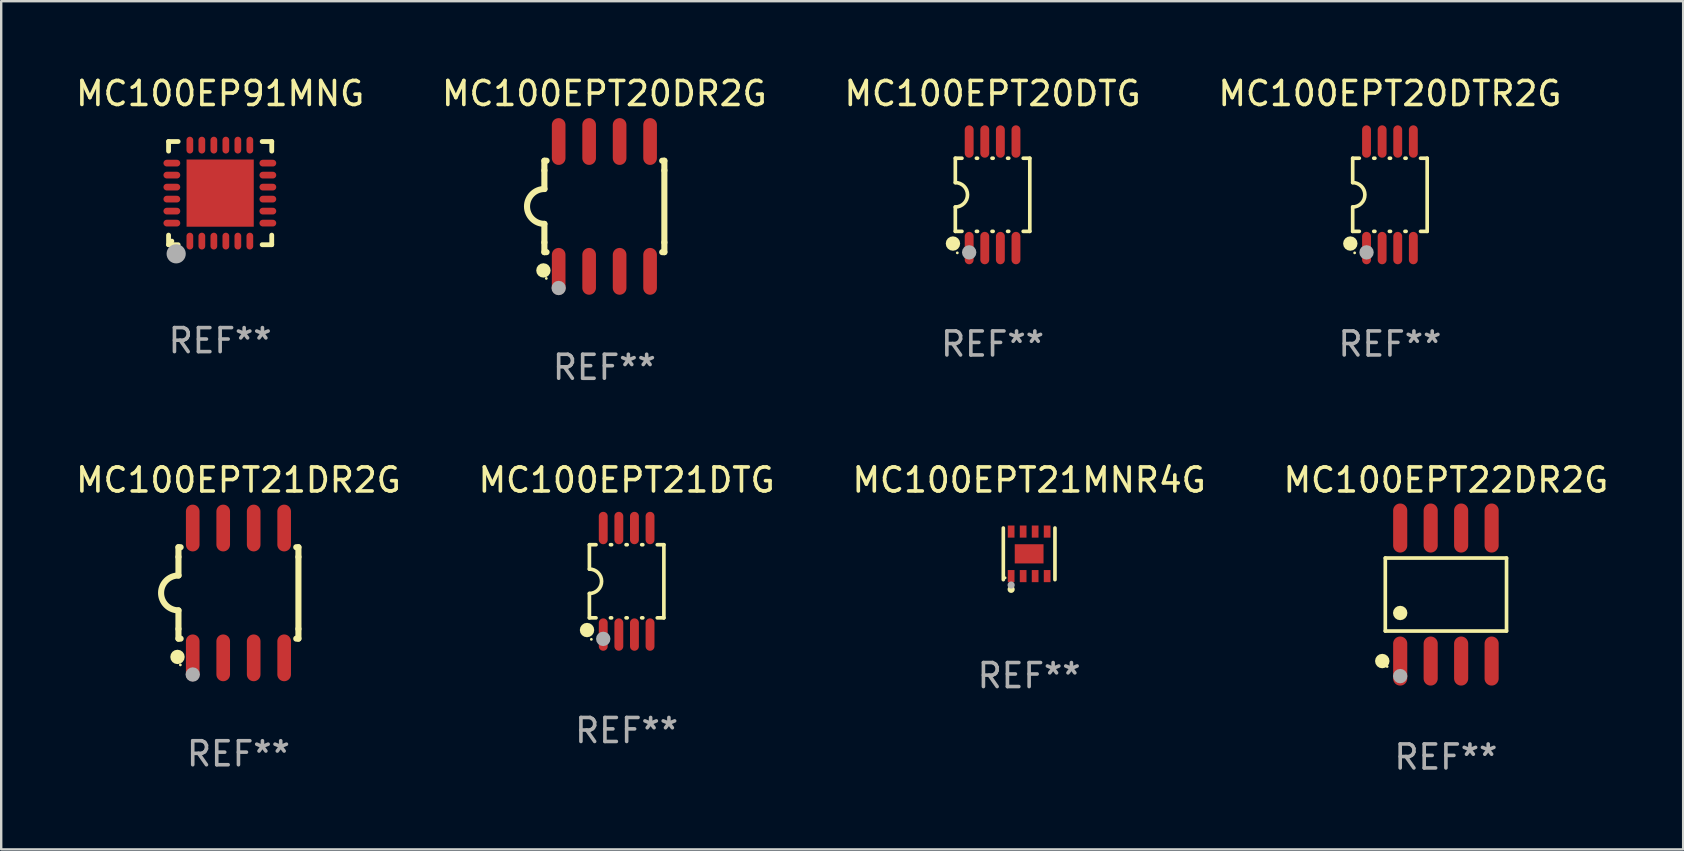
<source format=kicad_pcb>
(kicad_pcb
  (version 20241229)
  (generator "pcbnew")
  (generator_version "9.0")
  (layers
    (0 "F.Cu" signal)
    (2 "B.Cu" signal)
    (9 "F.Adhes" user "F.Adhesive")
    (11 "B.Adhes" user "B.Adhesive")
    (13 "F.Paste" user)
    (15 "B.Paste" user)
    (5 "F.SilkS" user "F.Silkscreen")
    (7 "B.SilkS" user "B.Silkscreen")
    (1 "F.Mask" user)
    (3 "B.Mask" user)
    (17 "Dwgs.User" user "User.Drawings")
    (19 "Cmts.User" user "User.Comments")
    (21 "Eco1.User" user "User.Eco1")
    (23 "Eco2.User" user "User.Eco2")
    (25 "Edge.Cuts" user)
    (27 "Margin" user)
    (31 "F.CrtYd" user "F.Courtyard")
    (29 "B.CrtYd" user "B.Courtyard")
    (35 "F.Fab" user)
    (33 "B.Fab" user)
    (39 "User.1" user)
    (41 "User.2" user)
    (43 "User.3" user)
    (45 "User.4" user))
  (footprint "MC100EPT20DTR2G"
    (layer "F.Cu")
    (at 54.875 5.068)
    (property "Reference" "MC100EPT20DTR2G" (at 0 -4.22 0) (layer "F.SilkS") (effects (font (size 1 1) (thickness 0.15))))
    (attr through_hole)
    (fp_line (start -1.552 -1.524) (end -1.276 -1.524) (stroke (width 0.152) (type solid)) (layer "F.SilkS"))
    (fp_line (start -1.552 -0.508) (end -1.552 -1.524) (stroke (width 0.152) (type solid)) (layer "F.SilkS"))
    (fp_line (start -1.552 1.524) (end -1.552 0.508) (stroke (width 0.152) (type solid)) (layer "F.SilkS"))
    (fp_line (start -1.552 1.524) (end -1.276 1.524) (stroke (width 0.152) (type solid)) (layer "F.SilkS"))
    (fp_line (start -0.674 -1.524) (end -0.626 -1.524) (stroke (width 0.152) (type solid)) (layer "F.SilkS"))
    (fp_line (start -0.674 1.524) (end -0.626 1.524) (stroke (width 0.152) (type solid)) (layer "F.SilkS"))
    (fp_line (start -0.024 -1.524) (end 0.024 -1.524) (stroke (width 0.152) (type solid)) (layer "F.SilkS"))
    (fp_line (start -0.024 1.524) (end 0.024 1.524) (stroke (width 0.152) (type solid)) (layer "F.SilkS"))
    (fp_line (start 0.626 -1.524) (end 0.674 -1.524) (stroke (width 0.152) (type solid)) (layer "F.SilkS"))
    (fp_line (start 0.626 1.524) (end 0.674 1.524) (stroke (width 0.152) (type solid)) (layer "F.SilkS"))
    (fp_line (start 1.276 1.524) (end 1.552 1.524) (stroke (width 0.152) (type solid)) (layer "F.SilkS"))
    (fp_line (start 1.276 -1.524) (end 1.552 -1.524) (stroke (width 0.152) (type solid)) (layer "F.SilkS"))
    (fp_line (start 1.552 -1.524) (end 1.552 1.524) (stroke (width 0.152) (type solid)) (layer "F.SilkS"))
    (fp_arc (start -1.551943 -0.508001) (mid -1.043942 0) (end -1.551943 0.508001) (stroke (width 0.151994) (type solid)) (layer "F.SilkS"))
    (fp_circle (center -1.651 2.032) (end -1.501 2.032) (stroke (width 0.3) (type solid)) (fill no) (layer "F.SilkS"))
    (fp_circle (center -1.47 2.42) (end -1.44 2.42) (stroke (width 0.06) (type solid)) (fill no) (layer "F.SilkS"))
    (fp_circle (center -0.975 2.4) (end -0.825 2.4) (stroke (width 0.3) (type solid)) (fill no) (layer "F.Fab"))
    (fp_text user "REF**" (at 0 6.22 0) (layer "F.Fab") (effects (font (size 1 1) (thickness 0.15))))
    (pad "1" smd oval (at -0.975 2.22) (size 0.37 1.35) (layers "F.Cu" "F.Mask" "F.Paste"))
    (pad "2" smd oval (at -0.325 2.22) (size 0.37 1.35) (layers "F.Cu" "F.Mask" "F.Paste"))
    (pad "3" smd oval (at 0.325 2.22) (size 0.37 1.35) (layers "F.Cu" "F.Mask" "F.Paste"))
    (pad "4" smd oval (at 0.975 2.22) (size 0.37 1.35) (layers "F.Cu" "F.Mask" "F.Paste"))
    (pad "5" smd oval (at 0.975 -2.22) (size 0.37 1.35) (layers "F.Cu" "F.Mask" "F.Paste"))
    (pad "6" smd oval (at 0.325 -2.22) (size 0.37 1.35) (layers "F.Cu" "F.Mask" "F.Paste"))
    (pad "7" smd oval (at -0.325 -2.22) (size 0.37 1.35) (layers "F.Cu" "F.Mask" "F.Paste"))
    (pad "8" smd oval (at -0.975 -2.22) (size 0.37 1.35) (layers "F.Cu" "F.Mask" "F.Paste")))
  (footprint "MC100EPT20DTG"
    (layer "F.Cu")
    (at 38.315 5.068)
    (property "Reference" "MC100EPT20DTG" (at 0 -4.22 0) (layer "F.SilkS") (effects (font (size 1 1) (thickness 0.15))))
    (attr through_hole)
    (fp_line (start -1.552 -1.524) (end -1.276 -1.524) (stroke (width 0.152) (type solid)) (layer "F.SilkS"))
    (fp_line (start -1.552 -0.508) (end -1.552 -1.524) (stroke (width 0.152) (type solid)) (layer "F.SilkS"))
    (fp_line (start -1.552 1.524) (end -1.552 0.508) (stroke (width 0.152) (type solid)) (layer "F.SilkS"))
    (fp_line (start -1.552 1.524) (end -1.276 1.524) (stroke (width 0.152) (type solid)) (layer "F.SilkS"))
    (fp_line (start -0.674 -1.524) (end -0.626 -1.524) (stroke (width 0.152) (type solid)) (layer "F.SilkS"))
    (fp_line (start -0.674 1.524) (end -0.626 1.524) (stroke (width 0.152) (type solid)) (layer "F.SilkS"))
    (fp_line (start -0.024 -1.524) (end 0.024 -1.524) (stroke (width 0.152) (type solid)) (layer "F.SilkS"))
    (fp_line (start -0.024 1.524) (end 0.024 1.524) (stroke (width 0.152) (type solid)) (layer "F.SilkS"))
    (fp_line (start 0.626 -1.524) (end 0.674 -1.524) (stroke (width 0.152) (type solid)) (layer "F.SilkS"))
    (fp_line (start 0.626 1.524) (end 0.674 1.524) (stroke (width 0.152) (type solid)) (layer "F.SilkS"))
    (fp_line (start 1.276 1.524) (end 1.552 1.524) (stroke (width 0.152) (type solid)) (layer "F.SilkS"))
    (fp_line (start 1.276 -1.524) (end 1.552 -1.524) (stroke (width 0.152) (type solid)) (layer "F.SilkS"))
    (fp_line (start 1.552 -1.524) (end 1.552 1.524) (stroke (width 0.152) (type solid)) (layer "F.SilkS"))
    (fp_arc (start -1.551943 -0.508001) (mid -1.043942 0) (end -1.551943 0.508001) (stroke (width 0.151994) (type solid)) (layer "F.SilkS"))
    (fp_circle (center -1.651 2.032) (end -1.501 2.032) (stroke (width 0.3) (type solid)) (fill no) (layer "F.SilkS"))
    (fp_circle (center -1.47 2.42) (end -1.44 2.42) (stroke (width 0.06) (type solid)) (fill no) (layer "F.SilkS"))
    (fp_circle (center -0.975 2.4) (end -0.825 2.4) (stroke (width 0.3) (type solid)) (fill no) (layer "F.Fab"))
    (fp_text user "REF**" (at 0 6.22 0) (layer "F.Fab") (effects (font (size 1 1) (thickness 0.15))))
    (pad "1" smd oval (at -0.975 2.22) (size 0.37 1.35) (layers "F.Cu" "F.Mask" "F.Paste"))
    (pad "2" smd oval (at -0.325 2.22) (size 0.37 1.35) (layers "F.Cu" "F.Mask" "F.Paste"))
    (pad "3" smd oval (at 0.325 2.22) (size 0.37 1.35) (layers "F.Cu" "F.Mask" "F.Paste"))
    (pad "4" smd oval (at 0.975 2.22) (size 0.37 1.35) (layers "F.Cu" "F.Mask" "F.Paste"))
    (pad "5" smd oval (at 0.975 -2.22) (size 0.37 1.35) (layers "F.Cu" "F.Mask" "F.Paste"))
    (pad "6" smd oval (at 0.325 -2.22) (size 0.37 1.35) (layers "F.Cu" "F.Mask" "F.Paste"))
    (pad "7" smd oval (at -0.325 -2.22) (size 0.37 1.35) (layers "F.Cu" "F.Mask" "F.Paste"))
    (pad "8" smd oval (at -0.975 -2.22) (size 0.37 1.35) (layers "F.Cu" "F.Mask" "F.Paste")))
  (footprint "MC100EPT20DR2G"
    (layer "F.Cu")
    (at 22.137 5.553)
    (property "Reference" "MC100EPT20DR2G" (at 0 -4.705 0) (layer "F.SilkS") (effects (font (size 1 1) (thickness 0.15))))
    (attr through_hole)
    (fp_line (start -2.5 -1.905) (end -2.409 -1.905) (stroke (width 0.254) (type solid)) (layer "F.SilkS"))
    (fp_line (start -2.5 -1.5) (end -2.5 -1.905) (stroke (width 0.254) (type solid)) (layer "F.SilkS"))
    (fp_line (start -2.5 -1.5) (end -2.5 -0.726) (stroke (width 0.254) (type solid)) (layer "F.SilkS"))
    (fp_line (start -2.5 1.5) (end -2.5 0.727) (stroke (width 0.254) (type solid)) (layer "F.SilkS"))
    (fp_line (start -2.5 1.5) (end -2.5 1.905) (stroke (width 0.254) (type solid)) (layer "F.SilkS"))
    (fp_line (start -2.5 1.905) (end -2.409 1.905) (stroke (width 0.254) (type solid)) (layer "F.SilkS"))
    (fp_line (start 2.5 -1.905) (end 2.409 -1.905) (stroke (width 0.254) (type solid)) (layer "F.SilkS"))
    (fp_line (start 2.5 -1.5) (end 2.5 -1.905) (stroke (width 0.254) (type solid)) (layer "F.SilkS"))
    (fp_line (start 2.5 -1.5) (end 2.5 1.5) (stroke (width 0.254) (type solid)) (layer "F.SilkS"))
    (fp_line (start 2.5 1.5) (end 2.5 1.905) (stroke (width 0.254) (type solid)) (layer "F.SilkS"))
    (fp_line (start 2.5 1.905) (end 2.409 1.905) (stroke (width 0.254) (type solid)) (layer "F.SilkS"))
    (fp_arc (start -2.5 0.726568) (mid -3.220316 -0.0023) (end -2.495097 -0.726289) (stroke (width 0.254001) (type solid)) (layer "F.SilkS"))
    (fp_circle (center -2.54 2.667) (end -2.39 2.667) (stroke (width 0.3) (type solid)) (fill no) (layer "F.SilkS"))
    (fp_circle (center -2.42 3) (end -2.39 3) (stroke (width 0.06) (type solid)) (fill no) (layer "F.SilkS"))
    (fp_circle (center -1.905 3.4) (end -1.755 3.4) (stroke (width 0.3) (type solid)) (fill no) (layer "F.Fab"))
    (fp_text user "REF**" (at 0 6.705 0) (layer "F.Fab") (effects (font (size 1 1) (thickness 0.15))))
    (pad "1" smd oval (at -1.905 2.705) (size 0.568 1.95) (layers "F.Cu" "F.Mask" "F.Paste"))
    (pad "2" smd oval (at -0.635 2.705) (size 0.568 1.95) (layers "F.Cu" "F.Mask" "F.Paste"))
    (pad "3" smd oval (at 0.635 2.705) (size 0.568 1.95) (layers "F.Cu" "F.Mask" "F.Paste"))
    (pad "4" smd oval (at 1.905 2.705) (size 0.568 1.95) (layers "F.Cu" "F.Mask" "F.Paste"))
    (pad "5" smd oval (at 1.905 -2.705) (size 0.568 1.95) (layers "F.Cu" "F.Mask" "F.Paste"))
    (pad "6" smd oval (at 0.635 -2.705) (size 0.568 1.95) (layers "F.Cu" "F.Mask" "F.Paste"))
    (pad "7" smd oval (at -0.635 -2.705) (size 0.568 1.95) (layers "F.Cu" "F.Mask" "F.Paste"))
    (pad "8" smd oval (at -1.905 -2.705) (size 0.568 1.95) (layers "F.Cu" "F.Mask" "F.Paste")))
  (footprint "MC100EPT21MNR4G"
    (layer "F.Cu")
    (at 39.839 20.031)
    (property "Reference" "MC100EPT21MNR4G" (at 0 -3.076 0) (layer "F.SilkS") (effects (font (size 1 1) (thickness 0.15))))
    (attr through_hole)
    (fp_line (start -1.076 1.076) (end -1.076 -1.076) (stroke (width 0.152) (type solid)) (layer "F.SilkS"))
    (fp_line (start 1.076 1.076) (end 1.076 -1.076) (stroke (width 0.152) (type solid)) (layer "F.SilkS"))
    (fp_circle (center -1 1) (end -0.97 1) (stroke (width 0.06) (type solid)) (fill no) (layer "F.SilkS"))
    (fp_circle (center -0.75 1.48) (end -0.675 1.48) (stroke (width 0.15) (type solid)) (fill no) (layer "F.SilkS"))
    (fp_circle (center -0.75 1.3) (end -0.675 1.3) (stroke (width 0.15) (type solid)) (fill no) (layer "F.Fab"))
    (fp_text user "REF**" (at 0 5.076 0) (layer "F.Fab") (effects (font (size 1 1) (thickness 0.15))))
    (pad "1" smd rect (at -0.75 0.928) (size 0.28 0.505) (layers "F.Cu" "F.Mask" "F.Paste"))
    (pad "2" smd rect (at -0.25 0.928) (size 0.28 0.505) (layers "F.Cu" "F.Mask" "F.Paste"))
    (pad "3" smd rect (at 0.25 0.928) (size 0.28 0.505) (layers "F.Cu" "F.Mask" "F.Paste"))
    (pad "4" smd rect (at 0.75 0.928) (size 0.28 0.505) (layers "F.Cu" "F.Mask" "F.Paste"))
    (pad "5" smd rect (at 0.75 -0.928) (size 0.28 0.505) (layers "F.Cu" "F.Mask" "F.Paste"))
    (pad "6" smd rect (at 0.25 -0.928) (size 0.28 0.505) (layers "F.Cu" "F.Mask" "F.Paste"))
    (pad "7" smd rect (at -0.25 -0.928) (size 0.28 0.505) (layers "F.Cu" "F.Mask" "F.Paste"))
    (pad "8" smd rect (at -0.75 -0.928) (size 0.28 0.505) (layers "F.Cu" "F.Mask" "F.Paste"))
    (pad "9" smd rect (at 0 0) (size 1.2 0.8) (layers "F.Cu" "F.Mask" "F.Paste")))
  (footprint "MC100EPT21DR2G"
    (layer "F.Cu")
    (at 6.887 21.66)
    (property "Reference" "MC100EPT21DR2G" (at 0 -4.705 0) (layer "F.SilkS") (effects (font (size 1 1) (thickness 0.15))))
    (attr through_hole)
    (fp_line (start -2.5 -1.905) (end -2.409 -1.905) (stroke (width 0.254) (type solid)) (layer "F.SilkS"))
    (fp_line (start -2.5 -1.5) (end -2.5 -1.905) (stroke (width 0.254) (type solid)) (layer "F.SilkS"))
    (fp_line (start -2.5 -1.5) (end -2.5 -0.726) (stroke (width 0.254) (type solid)) (layer "F.SilkS"))
    (fp_line (start -2.5 1.5) (end -2.5 0.727) (stroke (width 0.254) (type solid)) (layer "F.SilkS"))
    (fp_line (start -2.5 1.5) (end -2.5 1.905) (stroke (width 0.254) (type solid)) (layer "F.SilkS"))
    (fp_line (start -2.5 1.905) (end -2.409 1.905) (stroke (width 0.254) (type solid)) (layer "F.SilkS"))
    (fp_line (start 2.5 -1.905) (end 2.409 -1.905) (stroke (width 0.254) (type solid)) (layer "F.SilkS"))
    (fp_line (start 2.5 -1.5) (end 2.5 -1.905) (stroke (width 0.254) (type solid)) (layer "F.SilkS"))
    (fp_line (start 2.5 -1.5) (end 2.5 1.5) (stroke (width 0.254) (type solid)) (layer "F.SilkS"))
    (fp_line (start 2.5 1.5) (end 2.5 1.905) (stroke (width 0.254) (type solid)) (layer "F.SilkS"))
    (fp_line (start 2.5 1.905) (end 2.409 1.905) (stroke (width 0.254) (type solid)) (layer "F.SilkS"))
    (fp_arc (start -2.5 0.726568) (mid -3.220316 -0.0023) (end -2.495097 -0.726289) (stroke (width 0.254001) (type solid)) (layer "F.SilkS"))
    (fp_circle (center -2.54 2.667) (end -2.39 2.667) (stroke (width 0.3) (type solid)) (fill no) (layer "F.SilkS"))
    (fp_circle (center -2.42 3) (end -2.39 3) (stroke (width 0.06) (type solid)) (fill no) (layer "F.SilkS"))
    (fp_circle (center -1.905 3.4) (end -1.755 3.4) (stroke (width 0.3) (type solid)) (fill no) (layer "F.Fab"))
    (fp_text user "REF**" (at 0 6.705 0) (layer "F.Fab") (effects (font (size 1 1) (thickness 0.15))))
    (pad "1" smd oval (at -1.905 2.705) (size 0.568 1.95) (layers "F.Cu" "F.Mask" "F.Paste"))
    (pad "2" smd oval (at -0.635 2.705) (size 0.568 1.95) (layers "F.Cu" "F.Mask" "F.Paste"))
    (pad "3" smd oval (at 0.635 2.705) (size 0.568 1.95) (layers "F.Cu" "F.Mask" "F.Paste"))
    (pad "4" smd oval (at 1.905 2.705) (size 0.568 1.95) (layers "F.Cu" "F.Mask" "F.Paste"))
    (pad "5" smd oval (at 1.905 -2.705) (size 0.568 1.95) (layers "F.Cu" "F.Mask" "F.Paste"))
    (pad "6" smd oval (at 0.635 -2.705) (size 0.568 1.95) (layers "F.Cu" "F.Mask" "F.Paste"))
    (pad "7" smd oval (at -0.635 -2.705) (size 0.568 1.95) (layers "F.Cu" "F.Mask" "F.Paste"))
    (pad "8" smd oval (at -1.905 -2.705) (size 0.568 1.95) (layers "F.Cu" "F.Mask" "F.Paste")))
  (footprint "MC100EP91MNG"
    (layer "F.Cu")
    (at 6.125 4.998)
    (property "Reference" "MC100EP91MNG" (at 0 -4.15 0) (layer "F.SilkS") (effects (font (size 1 1) (thickness 0.15))))
    (attr through_hole)
    (fp_line (start -2.15 -2.15) (end -1.75 -2.15) (stroke (width 0.2) (type solid)) (layer "F.SilkS"))
    (fp_line (start -2.15 -1.75) (end -2.15 -2.15) (stroke (width 0.2) (type solid)) (layer "F.SilkS"))
    (fp_line (start -2.15 2.15) (end -2.15 1.75) (stroke (width 0.2) (type solid)) (layer "F.SilkS"))
    (fp_line (start -1.75 2.15) (end -2.15 2.15) (stroke (width 0.2) (type solid)) (layer "F.SilkS"))
    (fp_line (start 2.15 -2.15) (end 1.75 -2.15) (stroke (width 0.2) (type solid)) (layer "F.SilkS"))
    (fp_line (start 2.15 -1.75) (end 2.15 -2.15) (stroke (width 0.2) (type solid)) (layer "F.SilkS"))
    (fp_line (start 2.15 1.75) (end 2.15 2.15) (stroke (width 0.2) (type solid)) (layer "F.SilkS"))
    (fp_line (start 2.15 2.15) (end 1.75 2.15) (stroke (width 0.2) (type solid)) (layer "F.SilkS"))
    (fp_circle (center -2.013 2) (end -1.963 2) (stroke (width 0.1) (type solid)) (fill no) (layer "F.SilkS"))
    (fp_circle (center -1.833 2.53) (end -1.633 2.53) (stroke (width 0.4) (type solid)) (fill no) (layer "F.Fab"))
    (fp_text user "REF**" (at 0 6.15 0) (layer "F.Fab") (effects (font (size 1 1) (thickness 0.15))))
    (pad "1" smd oval (at -1.263 2 180) (size 0.28 0.7) (layers "F.Cu" "F.Mask" "F.Paste"))
    (pad "2" smd oval (at -0.763 2 180) (size 0.28 0.7) (layers "F.Cu" "F.Mask" "F.Paste"))
    (pad "3" smd oval (at -0.263 2 180) (size 0.28 0.7) (layers "F.Cu" "F.Mask" "F.Paste"))
    (pad "4" smd oval (at 0.237 2 180) (size 0.28 0.7) (layers "F.Cu" "F.Mask" "F.Paste"))
    (pad "5" smd oval (at 0.737 2 180) (size 0.28 0.7) (layers "F.Cu" "F.Mask" "F.Paste"))
    (pad "6" smd oval (at 1.237 2 180) (size 0.28 0.7) (layers "F.Cu" "F.Mask" "F.Paste"))
    (pad "7" smd oval (at 1.987 1.25 90) (size 0.28 0.7) (layers "F.Cu" "F.Mask" "F.Paste"))
    (pad "8" smd oval (at 1.987 0.75 90) (size 0.28 0.7) (layers "F.Cu" "F.Mask" "F.Paste"))
    (pad "9" smd oval (at 1.987 0.25 90) (size 0.28 0.7) (layers "F.Cu" "F.Mask" "F.Paste"))
    (pad "10" smd oval (at 1.987 -0.25 90) (size 0.28 0.7) (layers "F.Cu" "F.Mask" "F.Paste"))
    (pad "11" smd oval (at 1.987 -0.75 90) (size 0.28 0.7) (layers "F.Cu" "F.Mask" "F.Paste"))
    (pad "12" smd oval (at 1.987 -1.25 90) (size 0.28 0.7) (layers "F.Cu" "F.Mask" "F.Paste"))
    (pad "13" smd oval (at 1.237 -2 180) (size 0.28 0.7) (layers "F.Cu" "F.Mask" "F.Paste"))
    (pad "14" smd oval (at 0.737 -2 180) (size 0.28 0.7) (layers "F.Cu" "F.Mask" "F.Paste"))
    (pad "15" smd oval (at 0.237 -2 180) (size 0.28 0.7) (layers "F.Cu" "F.Mask" "F.Paste"))
    (pad "16" smd oval (at -0.263 -2 180) (size 0.28 0.7) (layers "F.Cu" "F.Mask" "F.Paste"))
    (pad "17" smd oval (at -0.763 -2 180) (size 0.28 0.7) (layers "F.Cu" "F.Mask" "F.Paste"))
    (pad "18" smd oval (at -1.263 -2 180) (size 0.28 0.7) (layers "F.Cu" "F.Mask" "F.Paste"))
    (pad "19" smd oval (at -2.013 -1.25 90) (size 0.28 0.7) (layers "F.Cu" "F.Mask" "F.Paste"))
    (pad "20" smd oval (at -2.013 -0.75 90) (size 0.28 0.7) (layers "F.Cu" "F.Mask" "F.Paste"))
    (pad "21" smd oval (at -2.013 -0.25 90) (size 0.28 0.7) (layers "F.Cu" "F.Mask" "F.Paste"))
    (pad "22" smd oval (at -2.013 0.25 90) (size 0.28 0.7) (layers "F.Cu" "F.Mask" "F.Paste"))
    (pad "23" smd oval (at -2.013 0.75 90) (size 0.28 0.7) (layers "F.Cu" "F.Mask" "F.Paste"))
    (pad "24" smd oval (at -2.013 1.25 90) (size 0.28 0.7) (layers "F.Cu" "F.Mask" "F.Paste"))
    (pad "25" smd rect (at -0.000013 0 90) (size 2.8 2.8) (layers "F.Cu" "F.Mask" "F.Paste")))
  (footprint "MC100EPT21DTG"
    (layer "F.Cu")
    (at 23.065 21.175)
    (property "Reference" "MC100EPT21DTG" (at 0 -4.22 0) (layer "F.SilkS") (effects (font (size 1 1) (thickness 0.15))))
    (attr through_hole)
    (fp_line (start -1.552 -1.524) (end -1.276 -1.524) (stroke (width 0.152) (type solid)) (layer "F.SilkS"))
    (fp_line (start -1.552 -0.508) (end -1.552 -1.524) (stroke (width 0.152) (type solid)) (layer "F.SilkS"))
    (fp_line (start -1.552 1.524) (end -1.552 0.508) (stroke (width 0.152) (type solid)) (layer "F.SilkS"))
    (fp_line (start -1.552 1.524) (end -1.276 1.524) (stroke (width 0.152) (type solid)) (layer "F.SilkS"))
    (fp_line (start -0.674 -1.524) (end -0.626 -1.524) (stroke (width 0.152) (type solid)) (layer "F.SilkS"))
    (fp_line (start -0.674 1.524) (end -0.626 1.524) (stroke (width 0.152) (type solid)) (layer "F.SilkS"))
    (fp_line (start -0.024 -1.524) (end 0.024 -1.524) (stroke (width 0.152) (type solid)) (layer "F.SilkS"))
    (fp_line (start -0.024 1.524) (end 0.024 1.524) (stroke (width 0.152) (type solid)) (layer "F.SilkS"))
    (fp_line (start 0.626 -1.524) (end 0.674 -1.524) (stroke (width 0.152) (type solid)) (layer "F.SilkS"))
    (fp_line (start 0.626 1.524) (end 0.674 1.524) (stroke (width 0.152) (type solid)) (layer "F.SilkS"))
    (fp_line (start 1.276 1.524) (end 1.552 1.524) (stroke (width 0.152) (type solid)) (layer "F.SilkS"))
    (fp_line (start 1.276 -1.524) (end 1.552 -1.524) (stroke (width 0.152) (type solid)) (layer "F.SilkS"))
    (fp_line (start 1.552 -1.524) (end 1.552 1.524) (stroke (width 0.152) (type solid)) (layer "F.SilkS"))
    (fp_arc (start -1.551943 -0.508001) (mid -1.043942 0) (end -1.551943 0.508001) (stroke (width 0.151994) (type solid)) (layer "F.SilkS"))
    (fp_circle (center -1.651 2.032) (end -1.501 2.032) (stroke (width 0.3) (type solid)) (fill no) (layer "F.SilkS"))
    (fp_circle (center -1.47 2.42) (end -1.44 2.42) (stroke (width 0.06) (type solid)) (fill no) (layer "F.SilkS"))
    (fp_circle (center -0.975 2.4) (end -0.825 2.4) (stroke (width 0.3) (type solid)) (fill no) (layer "F.Fab"))
    (fp_text user "REF**" (at 0 6.22 0) (layer "F.Fab") (effects (font (size 1 1) (thickness 0.15))))
    (pad "1" smd oval (at -0.975 2.22) (size 0.37 1.35) (layers "F.Cu" "F.Mask" "F.Paste"))
    (pad "2" smd oval (at -0.325 2.22) (size 0.37 1.35) (layers "F.Cu" "F.Mask" "F.Paste"))
    (pad "3" smd oval (at 0.325 2.22) (size 0.37 1.35) (layers "F.Cu" "F.Mask" "F.Paste"))
    (pad "4" smd oval (at 0.975 2.22) (size 0.37 1.35) (layers "F.Cu" "F.Mask" "F.Paste"))
    (pad "5" smd oval (at 0.975 -2.22) (size 0.37 1.35) (layers "F.Cu" "F.Mask" "F.Paste"))
    (pad "6" smd oval (at 0.325 -2.22) (size 0.37 1.35) (layers "F.Cu" "F.Mask" "F.Paste"))
    (pad "7" smd oval (at -0.325 -2.22) (size 0.37 1.35) (layers "F.Cu" "F.Mask" "F.Paste"))
    (pad "8" smd oval (at -0.975 -2.22) (size 0.37 1.35) (layers "F.Cu" "F.Mask" "F.Paste")))
  (footprint "MC100EPT22DR2G"
    (layer "F.Cu")
    (at 57.208 21.727)
    (property "Reference" "MC100EPT22DR2G" (at 0 -4.772 0) (layer "F.SilkS") (effects (font (size 1 1) (thickness 0.15))))
    (attr through_hole)
    (fp_line (start -2.526 -1.521) (end 2.526 -1.521) (stroke (width 0.152) (type solid)) (layer "F.SilkS"))
    (fp_line (start -2.526 1.521) (end -2.526 -1.521) (stroke (width 0.152) (type solid)) (layer "F.SilkS"))
    (fp_line (start 2.526 -1.521) (end 2.526 1.521) (stroke (width 0.152) (type solid)) (layer "F.SilkS"))
    (fp_line (start 2.526 1.521) (end -2.526 1.521) (stroke (width 0.152) (type solid)) (layer "F.SilkS"))
    (fp_circle (center -2.652 2.772) (end -2.501 2.772) (stroke (width 0.3) (type solid)) (fill no) (layer "F.SilkS"))
    (fp_circle (center -2.45 3) (end -2.42 3) (stroke (width 0.06) (type solid)) (fill no) (layer "F.SilkS"))
    (fp_circle (center -1.905 0.769) (end -1.755 0.769) (stroke (width 0.3) (type solid)) (fill no) (layer "F.SilkS"))
    (fp_circle (center -1.905 3.4) (end -1.755 3.4) (stroke (width 0.3) (type solid)) (fill no) (layer "F.Fab"))
    (fp_text user "REF**" (at 0 6.772 0) (layer "F.Fab") (effects (font (size 1 1) (thickness 0.15))))
    (pad "1" smd oval (at -1.905 2.772) (size 0.588 2.045) (layers "F.Cu" "F.Mask" "F.Paste"))
    (pad "2" smd oval (at -0.635 2.772) (size 0.588 2.045) (layers "F.Cu" "F.Mask" "F.Paste"))
    (pad "3" smd oval (at 0.635 2.772) (size 0.588 2.045) (layers "F.Cu" "F.Mask" "F.Paste"))
    (pad "4" smd oval (at 1.905 2.772) (size 0.588 2.045) (layers "F.Cu" "F.Mask" "F.Paste"))
    (pad "5" smd oval (at 1.905 -2.772) (size 0.588 2.045) (layers "F.Cu" "F.Mask" "F.Paste"))
    (pad "6" smd oval (at 0.635 -2.772) (size 0.588 2.045) (layers "F.Cu" "F.Mask" "F.Paste"))
    (pad "7" smd oval (at -0.635 -2.772) (size 0.588 2.045) (layers "F.Cu" "F.Mask" "F.Paste"))
    (pad "8" smd oval (at -1.905 -2.772) (size 0.588 2.045) (layers "F.Cu" "F.Mask" "F.Paste")))
  (gr_rect
    (start -3 -3)
    (end 67.095 32.348)
    (stroke (width 0.1) (type default))
    (fill no)
    (layer "Edge.Cuts")))
</source>
